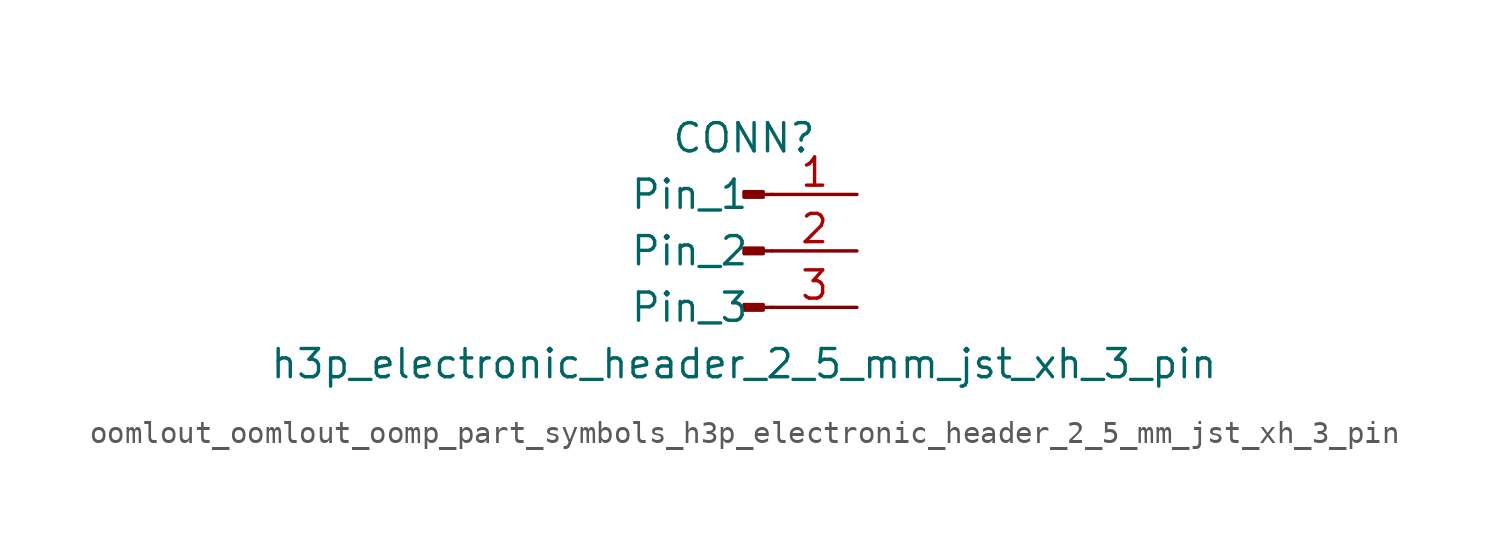
<source format=kicad_sym>
(kicad_symbol_lib
  (version 20220914)
  (generator kicad_symbol_editor)
  (symbol "oomlout_oomlout_oomp_part_symbols_h3p_electronic_header_2_5_mm_jst_xh_3_pin"
    (pin_names
      (offset 1.016))
    (property "Reference" "CONN"
      (at 0 5.08 0)
      (effects (font (size 1.27 1.27))))
    (property "Value" "h3p_electronic_header_2_5_mm_jst_xh_3_pin"
      (at 0 -5.08 0)
      (effects (font (size 1.27 1.27))))
    (property "ki_locked" ""
      (at 0 0 0)
      (effects (font (size 1.27 1.27))))
    (symbol "oomlout_oomlout_oomp_part_symbols_h3p_electronic_header_2_5_mm_jst_xh_3_pin_1_1"
      (polyline (pts (xy 1.27 -2.54) (xy 0.864 -2.54)) (stroke (width 0.152) (type default)) (fill (type none)))
      (polyline (pts (xy 1.27 0) (xy 0.864 0)) (stroke (width 0.152) (type default)) (fill (type none)))
      (polyline (pts (xy 1.27 2.54) (xy 0.864 2.54)) (stroke (width 0.152) (type default)) (fill (type none)))
      (rectangle (start 0.864 -2.413) (end 0 -2.667) (stroke (width 0.152) (type default)) (fill (type outline)))
      (rectangle (start 0.864 0.127) (end 0 -0.127) (stroke (width 0.152) (type default)) (fill (type outline)))
      (rectangle (start 0.864 2.667) (end 0 2.413) (stroke (width 0.152) (type default)) (fill (type outline)))
      (pin passive line (at 5.08 2.54 180) (length 3.81) (name "Pin_1" (effects (font (size 1.27 1.27)))) (number "1" (effects (font (size 1.27 1.27)))))
      (pin passive line (at 5.08 0 180) (length 3.81) (name "Pin_2" (effects (font (size 1.27 1.27)))) (number "2" (effects (font (size 1.27 1.27)))))
      (pin passive line (at 5.08 -2.54 180) (length 3.81) (name "Pin_3" (effects (font (size 1.27 1.27)))) (number "3" (effects (font (size 1.27 1.27))))))))
</source>
